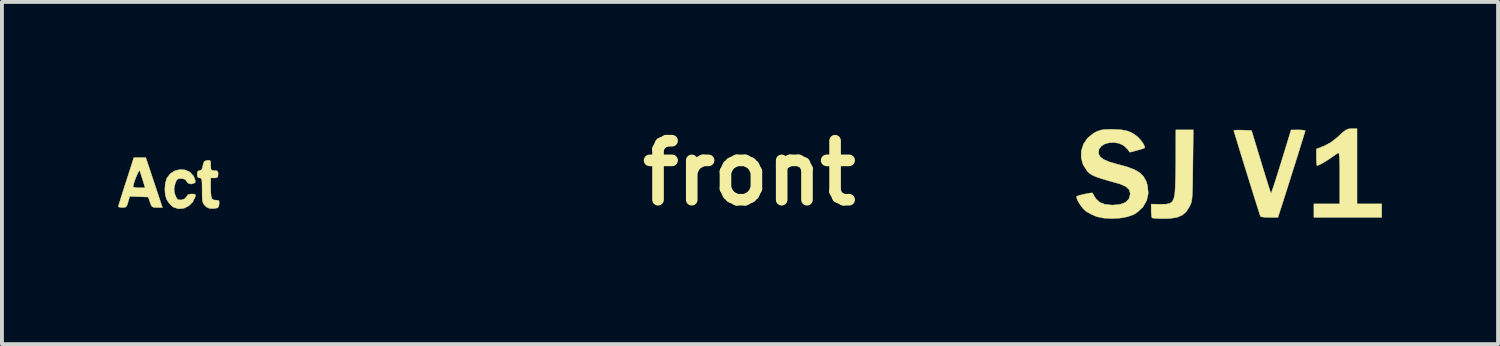
<source format=kicad_pcb>
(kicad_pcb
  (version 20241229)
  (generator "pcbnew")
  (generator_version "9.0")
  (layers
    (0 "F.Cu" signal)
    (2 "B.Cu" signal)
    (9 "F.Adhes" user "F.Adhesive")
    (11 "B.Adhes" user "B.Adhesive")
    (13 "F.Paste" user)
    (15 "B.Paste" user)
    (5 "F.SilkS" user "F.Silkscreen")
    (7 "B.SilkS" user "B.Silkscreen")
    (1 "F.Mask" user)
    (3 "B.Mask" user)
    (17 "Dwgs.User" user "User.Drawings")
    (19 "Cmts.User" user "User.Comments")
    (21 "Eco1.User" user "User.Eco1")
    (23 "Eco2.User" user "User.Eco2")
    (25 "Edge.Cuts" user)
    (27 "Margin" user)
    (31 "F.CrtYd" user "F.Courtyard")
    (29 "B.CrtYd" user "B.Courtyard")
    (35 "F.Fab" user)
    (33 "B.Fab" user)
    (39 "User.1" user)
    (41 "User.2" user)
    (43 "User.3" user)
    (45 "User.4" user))
  (footprint "front"
    (layer "F.Cu")
    (at 16.301 1.418)
    (property "Reference" "front" (at 0 0 0) (layer "F.SilkS") (effects (font (size 1.524 1.524) (thickness 0.3))))
    (attr through_hole)
    (fp_poly (pts (xy 15.692 0.796) (xy 16.329 0.796) (xy 16.329 1.146) (xy 14.578 1.146) (xy 14.578 0.796) (xy 15.246 0.796) (xy 15.246 0.125) (xy 15.246 -0.105) (xy 15.243 -0.278) (xy 15.238 -0.399) (xy 15.231 -0.476) (xy 15.221 -0.515) (xy 15.208 -0.521) (xy 15.207 -0.521) (xy 15.159 -0.49) (xy 15.081 -0.436) (xy 15.024 -0.395) (xy 14.919 -0.326) (xy 14.813 -0.262) (xy 14.723 -0.214) (xy 14.665 -0.192) (xy 14.659 -0.191) (xy 14.65 -0.22) (xy 14.644 -0.296) (xy 14.642 -0.404) (xy 14.642 -0.406) (xy 14.642 -0.621) (xy 14.833 -0.695) (xy 15.014 -0.789) (xy 15.197 -0.933) (xy 15.223 -0.958) (xy 15.324 -1.051) (xy 15.397 -1.107) (xy 15.458 -1.136) (xy 15.523 -1.145) (xy 15.556 -1.146) (xy 15.692 -1.146) (xy 15.692 0.796)) (stroke (width 0.01) (type solid)) (fill yes) (layer "F.SilkS"))
    (fp_poly (pts (xy 11.453 -0.198) (xy 11.45 0.068) (xy 11.447 0.277) (xy 11.443 0.44) (xy 11.438 0.563) (xy 11.431 0.654) (xy 11.421 0.722) (xy 11.407 0.774) (xy 11.39 0.819) (xy 11.367 0.864) (xy 11.362 0.874) (xy 11.28 1.001) (xy 11.177 1.09) (xy 11.043 1.145) (xy 10.867 1.173) (xy 10.711 1.178) (xy 10.58 1.176) (xy 10.475 1.17) (xy 10.41 1.161) (xy 10.398 1.156) (xy 10.386 1.115) (xy 10.378 1.032) (xy 10.376 0.969) (xy 10.376 0.802) (xy 10.614 0.807) (xy 10.764 0.804) (xy 10.865 0.781) (xy 10.927 0.73) (xy 10.965 0.643) (xy 10.984 0.551) (xy 10.991 0.475) (xy 10.998 0.347) (xy 11.004 0.178) (xy 11.008 -0.021) (xy 11.011 -0.238) (xy 11.011 -0.358) (xy 11.013 -1.114) (xy 11.464 -1.114) (xy 11.453 -0.198)) (stroke (width 0.01) (type solid)) (fill yes) (layer "F.SilkS"))
    (fp_poly (pts (xy -15.371 0.247) (xy -15.156 0.891) (xy -15.294 0.891) (xy -15.38 0.888) (xy -15.428 0.865) (xy -15.459 0.808) (xy -15.477 0.756) (xy -15.522 0.621) (xy -15.762 0.611) (xy -16.001 0.602) (xy -16.042 0.747) (xy -16.07 0.835) (xy -16.102 0.877) (xy -16.153 0.89) (xy -16.189 0.891) (xy -16.261 0.885) (xy -16.296 0.87) (xy -16.296 0.867) (xy -16.287 0.831) (xy -16.26 0.744) (xy -16.22 0.615) (xy -16.169 0.453) (xy -16.138 0.356) (xy -15.915 0.356) (xy -15.886 0.371) (xy -15.813 0.38) (xy -15.759 0.382) (xy -15.603 0.382) (xy -15.664 0.183) (xy -15.699 0.072) (xy -15.728 -0.018) (xy -15.744 -0.064) (xy -15.76 -0.055) (xy -15.79 -0.002) (xy -15.827 0.079) (xy -15.864 0.173) (xy -15.894 0.264) (xy -15.912 0.335) (xy -15.915 0.356) (xy -16.138 0.356) (xy -16.11 0.269) (xy -16.095 0.223) (xy -15.895 -0.398) (xy -15.586 -0.398) (xy -15.371 0.247)) (stroke (width 0.01) (type solid)) (fill yes) (layer "F.SilkS"))
    (fp_poly (pts (xy -14.57 -0.08) (xy -14.451 -0.027) (xy -14.359 0.07) (xy -14.334 0.118) (xy -14.307 0.197) (xy -14.309 0.239) (xy -14.329 0.259) (xy -14.416 0.286) (xy -14.493 0.262) (xy -14.531 0.215) (xy -14.572 0.163) (xy -14.647 0.144) (xy -14.673 0.143) (xy -14.744 0.149) (xy -14.785 0.176) (xy -14.815 0.241) (xy -14.829 0.282) (xy -14.855 0.394) (xy -14.849 0.49) (xy -14.835 0.546) (xy -14.801 0.629) (xy -14.762 0.683) (xy -14.751 0.689) (xy -14.668 0.696) (xy -14.585 0.667) (xy -14.533 0.612) (xy -14.53 0.605) (xy -14.496 0.558) (xy -14.423 0.542) (xy -14.399 0.541) (xy -14.325 0.546) (xy -14.301 0.567) (xy -14.308 0.613) (xy -14.374 0.748) (xy -14.476 0.849) (xy -14.599 0.91) (xy -14.732 0.925) (xy -14.86 0.888) (xy -14.908 0.857) (xy -14.984 0.779) (xy -15.045 0.689) (xy -15.082 0.57) (xy -15.094 0.42) (xy -15.083 0.267) (xy -15.046 0.141) (xy -15.041 0.131) (xy -14.952 0.015) (xy -14.834 -0.059) (xy -14.702 -0.091) (xy -14.57 -0.08)) (stroke (width 0.01) (type solid)) (fill yes) (layer "F.SilkS"))
    (fp_poly (pts (xy -13.918 -0.311) (xy -13.91 -0.251) (xy -13.91 -0.201) (xy -13.906 -0.115) (xy -13.889 -0.076) (xy -13.845 -0.064) (xy -13.814 -0.064) (xy -13.746 -0.056) (xy -13.721 -0.019) (xy -13.719 0.032) (xy -13.726 0.099) (xy -13.764 0.124) (xy -13.814 0.127) (xy -13.91 0.127) (xy -13.91 0.363) (xy -13.907 0.514) (xy -13.896 0.612) (xy -13.874 0.669) (xy -13.834 0.694) (xy -13.777 0.7) (xy -13.713 0.706) (xy -13.691 0.738) (xy -13.693 0.804) (xy -13.704 0.869) (xy -13.735 0.901) (xy -13.803 0.914) (xy -13.838 0.917) (xy -13.938 0.915) (xy -14.01 0.884) (xy -14.052 0.847) (xy -14.089 0.806) (xy -14.112 0.761) (xy -14.125 0.699) (xy -14.131 0.603) (xy -14.132 0.46) (xy -14.132 0.447) (xy -14.133 0.302) (xy -14.137 0.209) (xy -14.147 0.156) (xy -14.165 0.133) (xy -14.192 0.127) (xy -14.196 0.127) (xy -14.243 0.112) (xy -14.259 0.056) (xy -14.26 0.032) (xy -14.25 -0.038) (xy -14.212 -0.063) (xy -14.196 -0.064) (xy -14.151 -0.079) (xy -14.124 -0.136) (xy -14.113 -0.188) (xy -14.093 -0.271) (xy -14.057 -0.311) (xy -14.001 -0.326) (xy -13.944 -0.33) (xy -13.918 -0.311)) (stroke (width 0.01) (type solid)) (fill yes) (layer "F.SilkS"))
    (fp_poly (pts (xy 14.27 -1.111) (xy 14.337 -1.102) (xy 14.355 -1.093) (xy 14.346 -1.06) (xy 14.32 -0.974) (xy 14.28 -0.844) (xy 14.228 -0.678) (xy 14.168 -0.484) (xy 14.101 -0.271) (xy 14.03 -0.046) (xy 13.958 0.181) (xy 13.888 0.404) (xy 13.821 0.613) (xy 13.762 0.8) (xy 13.714 0.947) (xy 13.65 1.146) (xy 13.431 1.146) (xy 13.32 1.143) (xy 13.237 1.134) (xy 13.2 1.122) (xy 13.199 1.122) (xy 13.187 1.087) (xy 13.159 1) (xy 13.117 0.868) (xy 13.064 0.702) (xy 13.003 0.508) (xy 12.937 0.295) (xy 12.867 0.071) (xy 12.797 -0.154) (xy 12.729 -0.374) (xy 12.666 -0.579) (xy 12.61 -0.761) (xy 12.564 -0.912) (xy 12.53 -1.023) (xy 12.512 -1.087) (xy 12.509 -1.098) (xy 12.538 -1.106) (xy 12.615 -1.11) (xy 12.724 -1.108) (xy 12.738 -1.107) (xy 12.968 -1.098) (xy 13.213 -0.292) (xy 13.278 -0.077) (xy 13.338 0.117) (xy 13.39 0.283) (xy 13.431 0.412) (xy 13.458 0.495) (xy 13.47 0.526) (xy 13.482 0.5) (xy 13.51 0.421) (xy 13.552 0.297) (xy 13.604 0.134) (xy 13.665 -0.059) (xy 13.732 -0.274) (xy 13.736 -0.287) (xy 13.989 -1.113) (xy 14.172 -1.114) (xy 14.27 -1.111)) (stroke (width 0.01) (type solid)) (fill yes) (layer "F.SilkS"))
    (fp_poly (pts (xy 9.389 -1.127) (xy 9.586 -1.119) (xy 9.739 -1.093) (xy 9.865 -1.046) (xy 9.981 -0.971) (xy 10.024 -0.936) (xy 10.092 -0.867) (xy 10.154 -0.786) (xy 10.197 -0.711) (xy 10.211 -0.658) (xy 10.207 -0.647) (xy 10.17 -0.632) (xy 10.091 -0.607) (xy 10.007 -0.584) (xy 9.823 -0.536) (xy 9.76 -0.622) (xy 9.667 -0.71) (xy 9.551 -0.765) (xy 9.423 -0.789) (xy 9.295 -0.783) (xy 9.179 -0.751) (xy 9.086 -0.693) (xy 9.028 -0.613) (xy 9.017 -0.512) (xy 9.022 -0.489) (xy 9.062 -0.416) (xy 9.149 -0.351) (xy 9.286 -0.291) (xy 9.48 -0.233) (xy 9.529 -0.221) (xy 9.765 -0.156) (xy 9.946 -0.087) (xy 10.08 -0.008) (xy 10.176 0.086) (xy 10.243 0.204) (xy 10.282 0.326) (xy 10.301 0.523) (xy 10.261 0.709) (xy 10.165 0.876) (xy 10.018 1.014) (xy 9.921 1.073) (xy 9.765 1.129) (xy 9.572 1.164) (xy 9.361 1.176) (xy 9.156 1.165) (xy 8.979 1.129) (xy 8.955 1.121) (xy 8.836 1.069) (xy 8.722 1.007) (xy 8.68 0.978) (xy 8.614 0.913) (xy 8.547 0.826) (xy 8.491 0.735) (xy 8.455 0.655) (xy 8.451 0.605) (xy 8.451 0.604) (xy 8.485 0.588) (xy 8.56 0.567) (xy 8.654 0.545) (xy 8.749 0.526) (xy 8.824 0.514) (xy 8.859 0.514) (xy 8.86 0.515) (xy 8.946 0.661) (xy 9.049 0.757) (xy 9.181 0.809) (xy 9.356 0.827) (xy 9.383 0.828) (xy 9.575 0.81) (xy 9.715 0.757) (xy 9.801 0.669) (xy 9.835 0.546) (xy 9.835 0.527) (xy 9.808 0.43) (xy 9.723 0.35) (xy 9.58 0.286) (xy 9.526 0.27) (xy 9.296 0.206) (xy 9.119 0.153) (xy 8.986 0.11) (xy 8.889 0.07) (xy 8.818 0.033) (xy 8.766 -0.006) (xy 8.728 -0.045) (xy 8.62 -0.211) (xy 8.569 -0.391) (xy 8.572 -0.573) (xy 8.628 -0.747) (xy 8.733 -0.902) (xy 8.887 -1.026) (xy 8.928 -1.049) (xy 9.012 -1.088) (xy 9.092 -1.112) (xy 9.187 -1.124) (xy 9.317 -1.128) (xy 9.389 -1.127)) (stroke (width 0.01) (type solid)) (fill yes) (layer "F.SilkS")))
  (gr_rect
    (start -3 -3)
    (end 35.635 5.836)
    (stroke (width 0.1) (type default))
    (fill no)
    (layer "Edge.Cuts")))
</source>
